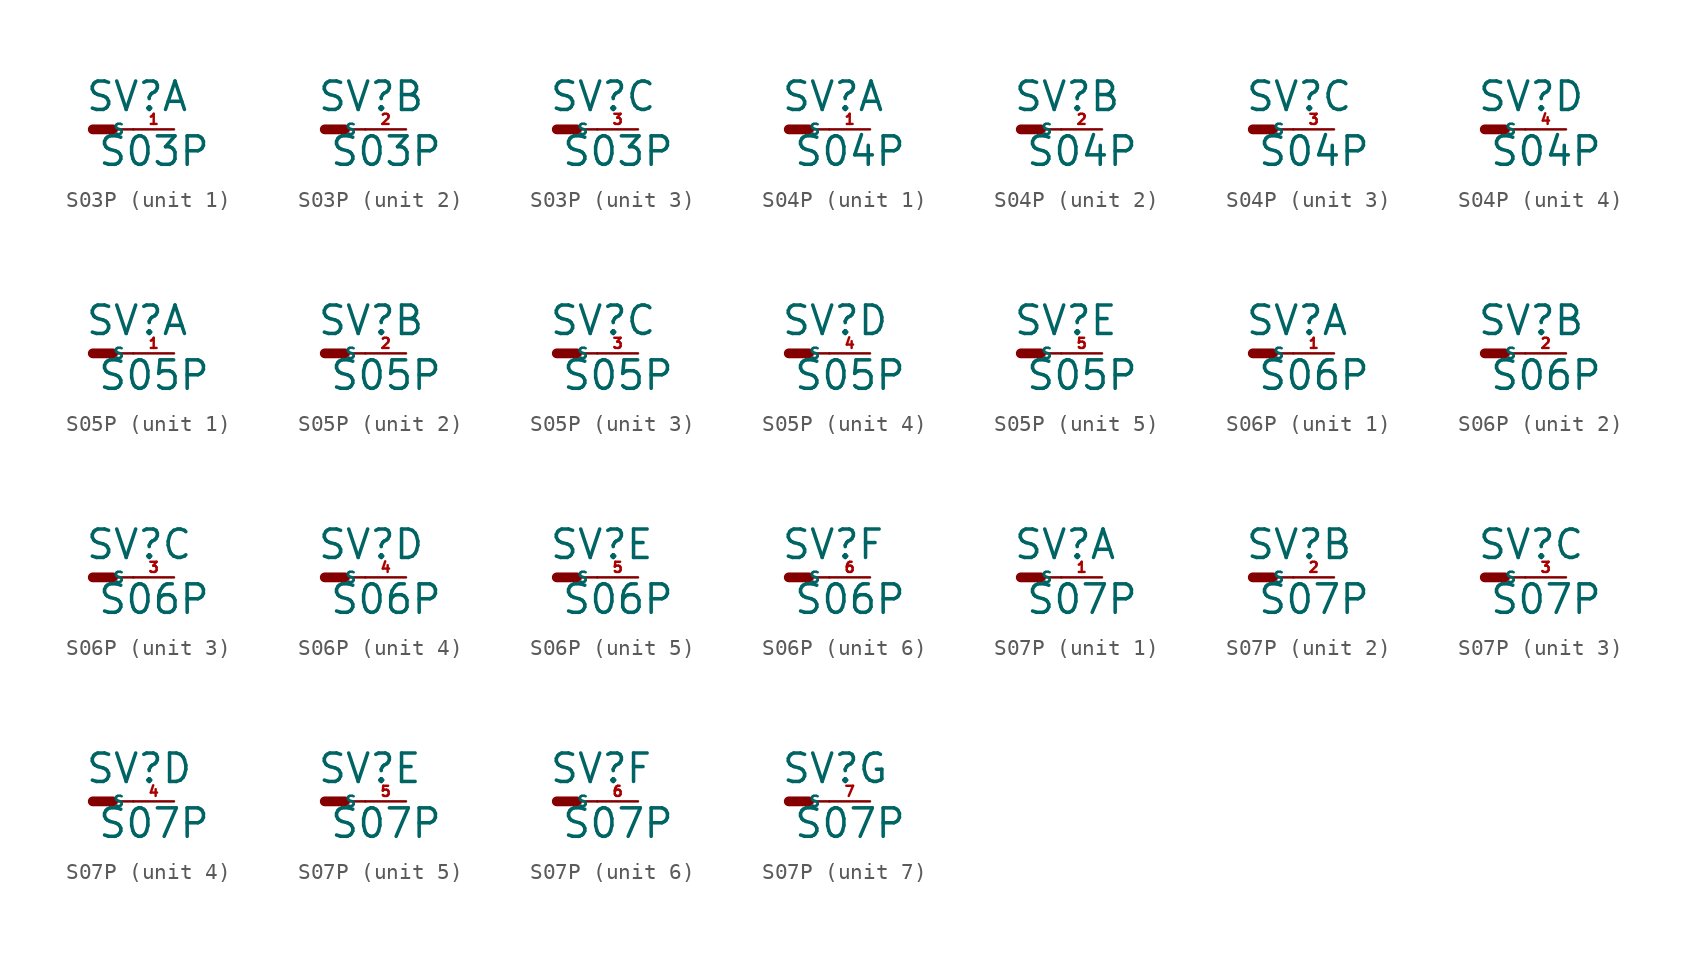
<source format=kicad_sym>
(kicad_symbol_lib
  (version 20220914)
  (generator Eagle2Kicad)
  (symbol "S03P"
    (property "Reference" "SV"
      (at -0.508 1.016 0)
      (effects (font (size 1.778 1.778) (thickness 0.22)) (justify left bottom)))
    (property "Value" "S03P"
      (at 0.254 -2.413 0)
      (effects (font (size 1.778 1.778) (thickness 0.22)) (justify left bottom)))
    (symbol "S03P_1_0"
      (polyline (pts (xy 1.27 0) (xy 2.54 0)) (stroke (width 0.152) (type default)) (fill (type none)))
      (polyline (pts (xy 0 0) (xy 1.27 0)) (stroke (width 0.61) (type default)) (fill (type none)))
      (pin passive line (at 5.08 0 180) (length 2.54) (name "S" (effects (font (size 0.635 0.635) (thickness 0.08)) (justify left bottom))) (number "1" (effects (font (size 0.635 0.635) (thickness 0.08)) (justify left bottom)))))
    (symbol "S03P_2_0"
      (polyline (pts (xy 1.27 0) (xy 2.54 0)) (stroke (width 0.152) (type default)) (fill (type none)))
      (polyline (pts (xy 0 0) (xy 1.27 0)) (stroke (width 0.61) (type default)) (fill (type none)))
      (pin passive line (at 5.08 0 180) (length 2.54) (name "S" (effects (font (size 0.635 0.635) (thickness 0.08)) (justify left bottom))) (number "2" (effects (font (size 0.635 0.635) (thickness 0.08)) (justify left bottom)))))
    (symbol "S03P_3_0"
      (polyline (pts (xy 1.27 0) (xy 2.54 0)) (stroke (width 0.152) (type default)) (fill (type none)))
      (polyline (pts (xy 0 0) (xy 1.27 0)) (stroke (width 0.61) (type default)) (fill (type none)))
      (pin passive line (at 5.08 0 180) (length 2.54) (name "S" (effects (font (size 0.635 0.635) (thickness 0.08)) (justify left bottom))) (number "3" (effects (font (size 0.635 0.635) (thickness 0.08)) (justify left bottom))))))
  (symbol "S04P"
    (property "Reference" "SV"
      (at -0.508 1.016 0)
      (effects (font (size 1.778 1.778) (thickness 0.22)) (justify left bottom)))
    (property "Value" "S04P"
      (at 0.254 -2.413 0)
      (effects (font (size 1.778 1.778) (thickness 0.22)) (justify left bottom)))
    (symbol "S04P_1_0"
      (polyline (pts (xy 1.27 0) (xy 2.54 0)) (stroke (width 0.152) (type default)) (fill (type none)))
      (polyline (pts (xy 0 0) (xy 1.27 0)) (stroke (width 0.61) (type default)) (fill (type none)))
      (pin passive line (at 5.08 0 180) (length 2.54) (name "S" (effects (font (size 0.635 0.635) (thickness 0.08)) (justify left bottom))) (number "1" (effects (font (size 0.635 0.635) (thickness 0.08)) (justify left bottom)))))
    (symbol "S04P_2_0"
      (polyline (pts (xy 1.27 0) (xy 2.54 0)) (stroke (width 0.152) (type default)) (fill (type none)))
      (polyline (pts (xy 0 0) (xy 1.27 0)) (stroke (width 0.61) (type default)) (fill (type none)))
      (pin passive line (at 5.08 0 180) (length 2.54) (name "S" (effects (font (size 0.635 0.635) (thickness 0.08)) (justify left bottom))) (number "2" (effects (font (size 0.635 0.635) (thickness 0.08)) (justify left bottom)))))
    (symbol "S04P_3_0"
      (polyline (pts (xy 1.27 0) (xy 2.54 0)) (stroke (width 0.152) (type default)) (fill (type none)))
      (polyline (pts (xy 0 0) (xy 1.27 0)) (stroke (width 0.61) (type default)) (fill (type none)))
      (pin passive line (at 5.08 0 180) (length 2.54) (name "S" (effects (font (size 0.635 0.635) (thickness 0.08)) (justify left bottom))) (number "3" (effects (font (size 0.635 0.635) (thickness 0.08)) (justify left bottom)))))
    (symbol "S04P_4_0"
      (polyline (pts (xy 1.27 0) (xy 2.54 0)) (stroke (width 0.152) (type default)) (fill (type none)))
      (polyline (pts (xy 0 0) (xy 1.27 0)) (stroke (width 0.61) (type default)) (fill (type none)))
      (pin passive line (at 5.08 0 180) (length 2.54) (name "S" (effects (font (size 0.635 0.635) (thickness 0.08)) (justify left bottom))) (number "4" (effects (font (size 0.635 0.635) (thickness 0.08)) (justify left bottom))))))
  (symbol "S05P"
    (property "Reference" "SV"
      (at -0.508 1.016 0)
      (effects (font (size 1.778 1.778) (thickness 0.22)) (justify left bottom)))
    (property "Value" "S05P"
      (at 0.254 -2.413 0)
      (effects (font (size 1.778 1.778) (thickness 0.22)) (justify left bottom)))
    (symbol "S05P_1_0"
      (polyline (pts (xy 1.27 0) (xy 2.54 0)) (stroke (width 0.152) (type default)) (fill (type none)))
      (polyline (pts (xy 0 0) (xy 1.27 0)) (stroke (width 0.61) (type default)) (fill (type none)))
      (pin passive line (at 5.08 0 180) (length 2.54) (name "S" (effects (font (size 0.635 0.635) (thickness 0.08)) (justify left bottom))) (number "1" (effects (font (size 0.635 0.635) (thickness 0.08)) (justify left bottom)))))
    (symbol "S05P_2_0"
      (polyline (pts (xy 1.27 0) (xy 2.54 0)) (stroke (width 0.152) (type default)) (fill (type none)))
      (polyline (pts (xy 0 0) (xy 1.27 0)) (stroke (width 0.61) (type default)) (fill (type none)))
      (pin passive line (at 5.08 0 180) (length 2.54) (name "S" (effects (font (size 0.635 0.635) (thickness 0.08)) (justify left bottom))) (number "2" (effects (font (size 0.635 0.635) (thickness 0.08)) (justify left bottom)))))
    (symbol "S05P_3_0"
      (polyline (pts (xy 1.27 0) (xy 2.54 0)) (stroke (width 0.152) (type default)) (fill (type none)))
      (polyline (pts (xy 0 0) (xy 1.27 0)) (stroke (width 0.61) (type default)) (fill (type none)))
      (pin passive line (at 5.08 0 180) (length 2.54) (name "S" (effects (font (size 0.635 0.635) (thickness 0.08)) (justify left bottom))) (number "3" (effects (font (size 0.635 0.635) (thickness 0.08)) (justify left bottom)))))
    (symbol "S05P_4_0"
      (polyline (pts (xy 1.27 0) (xy 2.54 0)) (stroke (width 0.152) (type default)) (fill (type none)))
      (polyline (pts (xy 0 0) (xy 1.27 0)) (stroke (width 0.61) (type default)) (fill (type none)))
      (pin passive line (at 5.08 0 180) (length 2.54) (name "S" (effects (font (size 0.635 0.635) (thickness 0.08)) (justify left bottom))) (number "4" (effects (font (size 0.635 0.635) (thickness 0.08)) (justify left bottom)))))
    (symbol "S05P_5_0"
      (polyline (pts (xy 1.27 0) (xy 2.54 0)) (stroke (width 0.152) (type default)) (fill (type none)))
      (polyline (pts (xy 0 0) (xy 1.27 0)) (stroke (width 0.61) (type default)) (fill (type none)))
      (pin passive line (at 5.08 0 180) (length 2.54) (name "S" (effects (font (size 0.635 0.635) (thickness 0.08)) (justify left bottom))) (number "5" (effects (font (size 0.635 0.635) (thickness 0.08)) (justify left bottom))))))
  (symbol "S06P"
    (property "Reference" "SV"
      (at -0.508 1.016 0)
      (effects (font (size 1.778 1.778) (thickness 0.22)) (justify left bottom)))
    (property "Value" "S06P"
      (at 0.254 -2.413 0)
      (effects (font (size 1.778 1.778) (thickness 0.22)) (justify left bottom)))
    (symbol "S06P_1_0"
      (polyline (pts (xy 1.27 0) (xy 2.54 0)) (stroke (width 0.152) (type default)) (fill (type none)))
      (polyline (pts (xy 0 0) (xy 1.27 0)) (stroke (width 0.61) (type default)) (fill (type none)))
      (pin passive line (at 5.08 0 180) (length 2.54) (name "S" (effects (font (size 0.635 0.635) (thickness 0.08)) (justify left bottom))) (number "1" (effects (font (size 0.635 0.635) (thickness 0.08)) (justify left bottom)))))
    (symbol "S06P_2_0"
      (polyline (pts (xy 1.27 0) (xy 2.54 0)) (stroke (width 0.152) (type default)) (fill (type none)))
      (polyline (pts (xy 0 0) (xy 1.27 0)) (stroke (width 0.61) (type default)) (fill (type none)))
      (pin passive line (at 5.08 0 180) (length 2.54) (name "S" (effects (font (size 0.635 0.635) (thickness 0.08)) (justify left bottom))) (number "2" (effects (font (size 0.635 0.635) (thickness 0.08)) (justify left bottom)))))
    (symbol "S06P_3_0"
      (polyline (pts (xy 1.27 0) (xy 2.54 0)) (stroke (width 0.152) (type default)) (fill (type none)))
      (polyline (pts (xy 0 0) (xy 1.27 0)) (stroke (width 0.61) (type default)) (fill (type none)))
      (pin passive line (at 5.08 0 180) (length 2.54) (name "S" (effects (font (size 0.635 0.635) (thickness 0.08)) (justify left bottom))) (number "3" (effects (font (size 0.635 0.635) (thickness 0.08)) (justify left bottom)))))
    (symbol "S06P_4_0"
      (polyline (pts (xy 1.27 0) (xy 2.54 0)) (stroke (width 0.152) (type default)) (fill (type none)))
      (polyline (pts (xy 0 0) (xy 1.27 0)) (stroke (width 0.61) (type default)) (fill (type none)))
      (pin passive line (at 5.08 0 180) (length 2.54) (name "S" (effects (font (size 0.635 0.635) (thickness 0.08)) (justify left bottom))) (number "4" (effects (font (size 0.635 0.635) (thickness 0.08)) (justify left bottom)))))
    (symbol "S06P_5_0"
      (polyline (pts (xy 1.27 0) (xy 2.54 0)) (stroke (width 0.152) (type default)) (fill (type none)))
      (polyline (pts (xy 0 0) (xy 1.27 0)) (stroke (width 0.61) (type default)) (fill (type none)))
      (pin passive line (at 5.08 0 180) (length 2.54) (name "S" (effects (font (size 0.635 0.635) (thickness 0.08)) (justify left bottom))) (number "5" (effects (font (size 0.635 0.635) (thickness 0.08)) (justify left bottom)))))
    (symbol "S06P_6_0"
      (polyline (pts (xy 1.27 0) (xy 2.54 0)) (stroke (width 0.152) (type default)) (fill (type none)))
      (polyline (pts (xy 0 0) (xy 1.27 0)) (stroke (width 0.61) (type default)) (fill (type none)))
      (pin passive line (at 5.08 0 180) (length 2.54) (name "S" (effects (font (size 0.635 0.635) (thickness 0.08)) (justify left bottom))) (number "6" (effects (font (size 0.635 0.635) (thickness 0.08)) (justify left bottom))))))
  (symbol "S07P"
    (property "Reference" "SV"
      (at -0.508 1.016 0)
      (effects (font (size 1.778 1.778) (thickness 0.22)) (justify left bottom)))
    (property "Value" "S07P"
      (at 0.254 -2.413 0)
      (effects (font (size 1.778 1.778) (thickness 0.22)) (justify left bottom)))
    (symbol "S07P_1_0"
      (polyline (pts (xy 1.27 0) (xy 2.54 0)) (stroke (width 0.152) (type default)) (fill (type none)))
      (polyline (pts (xy 0 0) (xy 1.27 0)) (stroke (width 0.61) (type default)) (fill (type none)))
      (pin passive line (at 5.08 0 180) (length 2.54) (name "S" (effects (font (size 0.635 0.635) (thickness 0.08)) (justify left bottom))) (number "1" (effects (font (size 0.635 0.635) (thickness 0.08)) (justify left bottom)))))
    (symbol "S07P_2_0"
      (polyline (pts (xy 1.27 0) (xy 2.54 0)) (stroke (width 0.152) (type default)) (fill (type none)))
      (polyline (pts (xy 0 0) (xy 1.27 0)) (stroke (width 0.61) (type default)) (fill (type none)))
      (pin passive line (at 5.08 0 180) (length 2.54) (name "S" (effects (font (size 0.635 0.635) (thickness 0.08)) (justify left bottom))) (number "2" (effects (font (size 0.635 0.635) (thickness 0.08)) (justify left bottom)))))
    (symbol "S07P_3_0"
      (polyline (pts (xy 1.27 0) (xy 2.54 0)) (stroke (width 0.152) (type default)) (fill (type none)))
      (polyline (pts (xy 0 0) (xy 1.27 0)) (stroke (width 0.61) (type default)) (fill (type none)))
      (pin passive line (at 5.08 0 180) (length 2.54) (name "S" (effects (font (size 0.635 0.635) (thickness 0.08)) (justify left bottom))) (number "3" (effects (font (size 0.635 0.635) (thickness 0.08)) (justify left bottom)))))
    (symbol "S07P_4_0"
      (polyline (pts (xy 1.27 0) (xy 2.54 0)) (stroke (width 0.152) (type default)) (fill (type none)))
      (polyline (pts (xy 0 0) (xy 1.27 0)) (stroke (width 0.61) (type default)) (fill (type none)))
      (pin passive line (at 5.08 0 180) (length 2.54) (name "S" (effects (font (size 0.635 0.635) (thickness 0.08)) (justify left bottom))) (number "4" (effects (font (size 0.635 0.635) (thickness 0.08)) (justify left bottom)))))
    (symbol "S07P_5_0"
      (polyline (pts (xy 1.27 0) (xy 2.54 0)) (stroke (width 0.152) (type default)) (fill (type none)))
      (polyline (pts (xy 0 0) (xy 1.27 0)) (stroke (width 0.61) (type default)) (fill (type none)))
      (pin passive line (at 5.08 0 180) (length 2.54) (name "S" (effects (font (size 0.635 0.635) (thickness 0.08)) (justify left bottom))) (number "5" (effects (font (size 0.635 0.635) (thickness 0.08)) (justify left bottom)))))
    (symbol "S07P_6_0"
      (polyline (pts (xy 1.27 0) (xy 2.54 0)) (stroke (width 0.152) (type default)) (fill (type none)))
      (polyline (pts (xy 0 0) (xy 1.27 0)) (stroke (width 0.61) (type default)) (fill (type none)))
      (pin passive line (at 5.08 0 180) (length 2.54) (name "S" (effects (font (size 0.635 0.635) (thickness 0.08)) (justify left bottom))) (number "6" (effects (font (size 0.635 0.635) (thickness 0.08)) (justify left bottom)))))
    (symbol "S07P_7_0"
      (polyline (pts (xy 1.27 0) (xy 2.54 0)) (stroke (width 0.152) (type default)) (fill (type none)))
      (polyline (pts (xy 0 0) (xy 1.27 0)) (stroke (width 0.61) (type default)) (fill (type none)))
      (pin passive line (at 5.08 0 180) (length 2.54) (name "S" (effects (font (size 0.635 0.635) (thickness 0.08)) (justify left bottom))) (number "7" (effects (font (size 0.635 0.635) (thickness 0.08)) (justify left bottom)))))))
</source>
